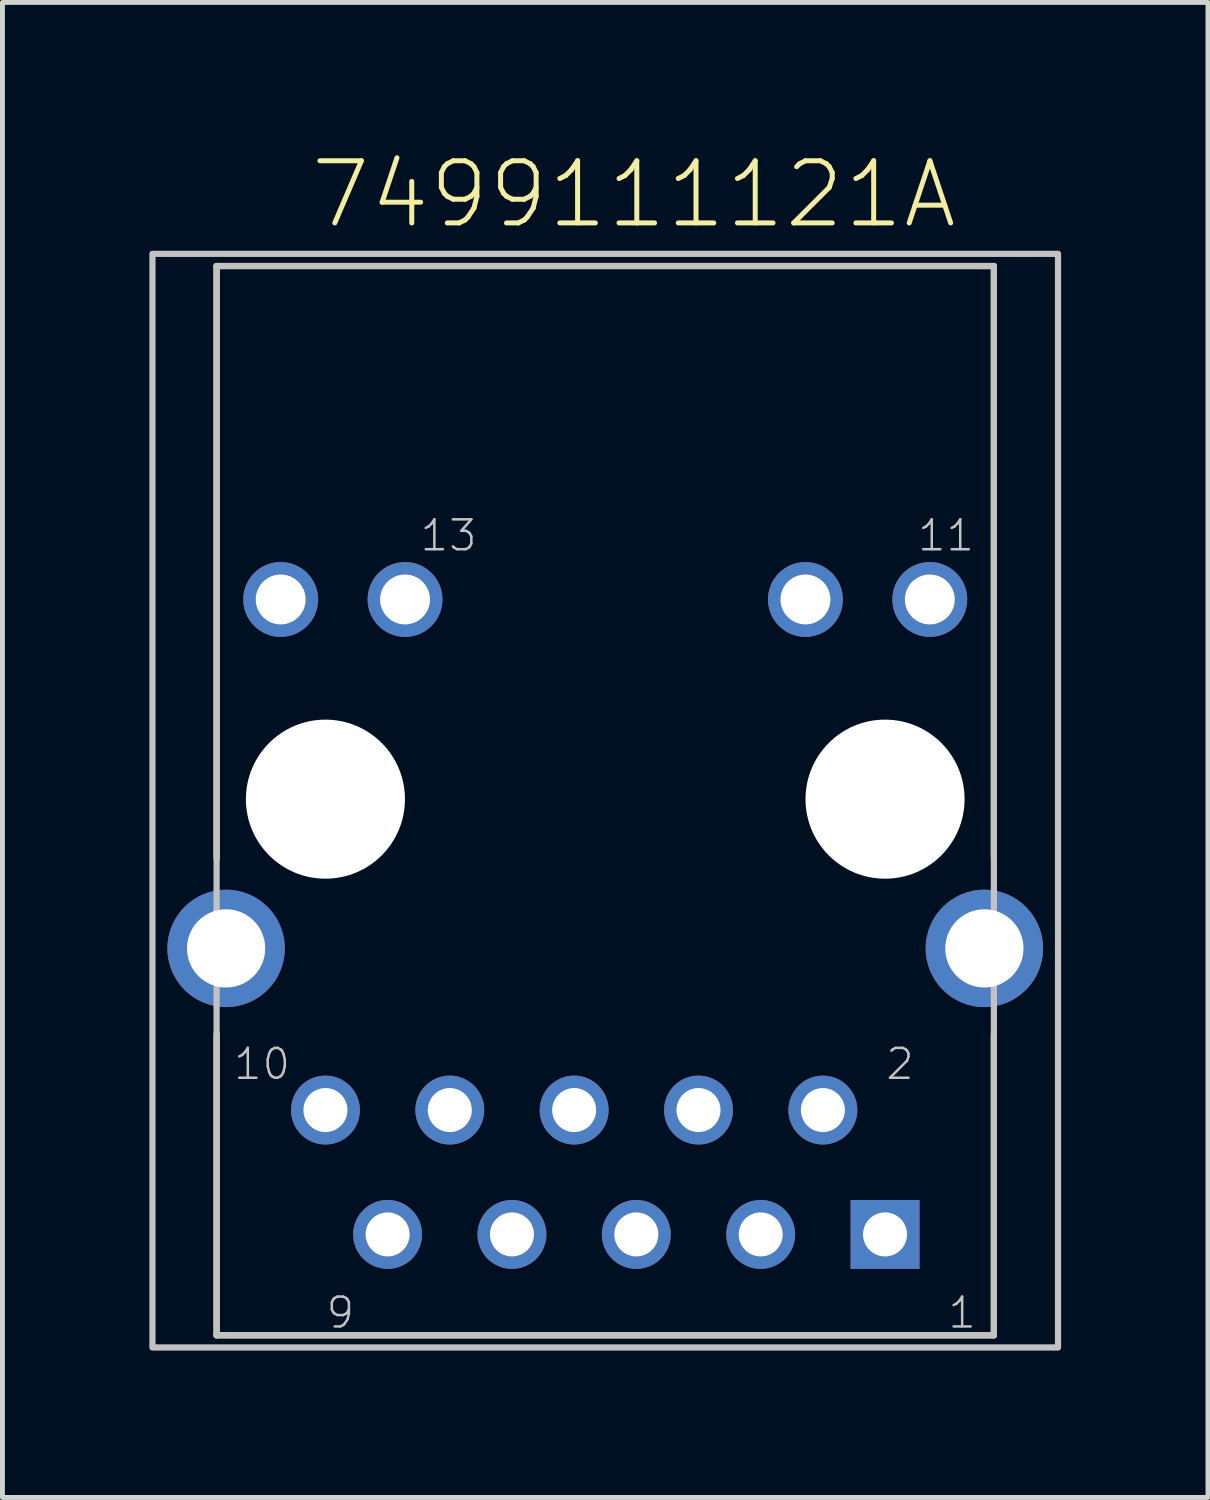
<source format=kicad_pcb>
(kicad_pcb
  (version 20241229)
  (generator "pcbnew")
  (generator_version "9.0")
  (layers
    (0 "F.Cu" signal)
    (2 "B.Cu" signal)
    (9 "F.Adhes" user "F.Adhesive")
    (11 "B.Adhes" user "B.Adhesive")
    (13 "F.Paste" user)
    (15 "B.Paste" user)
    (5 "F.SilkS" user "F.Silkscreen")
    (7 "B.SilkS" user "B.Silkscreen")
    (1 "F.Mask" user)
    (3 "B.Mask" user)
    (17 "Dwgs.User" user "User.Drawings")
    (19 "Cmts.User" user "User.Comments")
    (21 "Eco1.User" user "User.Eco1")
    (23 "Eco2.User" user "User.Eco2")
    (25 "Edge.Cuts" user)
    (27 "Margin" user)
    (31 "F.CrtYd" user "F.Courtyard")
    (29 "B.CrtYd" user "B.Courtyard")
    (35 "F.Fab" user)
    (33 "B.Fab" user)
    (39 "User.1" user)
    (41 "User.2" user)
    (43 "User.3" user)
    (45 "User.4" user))
  (footprint "7499111121A"
    (layer "F.Cu")
    (at 9.312 13.273)
    (property "Reference" "7499111121A" (at 0.584 -12.352 180) (layer "F.SilkS") (effects (font (size 1.27 1.27) (thickness 0.102))))
    (attr exclude_from_pos_files)
    (fp_line (start -7.938 1.199) (end -7.938 -10.889) (stroke (width 0.127) (type solid)) (layer "F.SilkS"))
    (fp_line (start -7.938 4.798) (end -7.938 10.95) (stroke (width 0.127) (type solid)) (layer "F.SilkS"))
    (fp_line (start -7.938 10.95) (end 7.938 10.95) (stroke (width 0.127) (type solid)) (layer "F.SilkS"))
    (fp_line (start 7.938 -10.889) (end -7.938 -10.889) (stroke (width 0.127) (type solid)) (layer "F.SilkS"))
    (fp_line (start 7.938 -10.889) (end 7.938 1.199) (stroke (width 0.127) (type solid)) (layer "F.SilkS"))
    (fp_line (start 7.938 4.798) (end 7.938 10.95) (stroke (width 0.127) (type solid)) (layer "F.SilkS"))
    (fp_line (start -7.938 -10.889) (end -7.938 10.95) (stroke (width 0.127) (type solid)) (layer "Dwgs.User"))
    (fp_line (start -7.938 10.95) (end 7.938 10.95) (stroke (width 0.127) (type solid)) (layer "Dwgs.User"))
    (fp_line (start 7.938 -10.889) (end -7.938 -10.889) (stroke (width 0.127) (type solid)) (layer "Dwgs.User"))
    (fp_line (start 7.938 10.95) (end 7.938 -10.889) (stroke (width 0.127) (type solid)) (layer "Dwgs.User"))
    (fp_poly (pts (xy -9.248 -11.138) (xy 9.248 -11.138) (xy 9.248 11.199) (xy -9.248 11.199) (xy -9.248 -11.138)) (stroke (width 0.127) (type solid)) (fill no) (layer "Dwgs.User"))
    (fp_text user "10" (at -7.01 5.41 180) (layer "Dwgs.User") (effects (font (size 0.61 0.61) (thickness 0.051))))
    (fp_text user "2" (at 6.02 5.41 180) (layer "Dwgs.User") (effects (font (size 0.61 0.61) (thickness 0.051))))
    (fp_text user "13" (at -3.2 -5.385 180) (layer "Dwgs.User") (effects (font (size 0.61 0.61) (thickness 0.051))))
    (fp_text user "11" (at 6.96 -5.385 180) (layer "Dwgs.User") (effects (font (size 0.61 0.61) (thickness 0.051))))
    (fp_text user "1" (at 7.29 10.49 180) (layer "Dwgs.User") (effects (font (size 0.61 0.61) (thickness 0.051))))
    (fp_text user "9" (at -5.41 10.49 180) (layer "Dwgs.User") (effects (font (size 0.61 0.61) (thickness 0.051))))
    (pad "" np_thru_hole circle (at -5.715 0) (size 3.249 3.249) (drill 3.249) (layers "*.Cu" "*.Mask"))
    (pad "" np_thru_hole circle (at 5.715 0) (size 3.249 3.249) (drill 3.249) (layers "*.Cu" "*.Mask"))
    (pad "1" thru_hole rect (at 5.715 8.89) (size 1.407 1.407) (drill 0.899) (layers "*.Cu" "*.Paste" "*.Mask"))
    (pad "2" thru_hole circle (at 4.445 6.35) (size 1.407 1.407) (drill 0.899) (layers "*.Cu" "*.Paste" "*.Mask"))
    (pad "3" thru_hole circle (at 3.175 8.89) (size 1.407 1.407) (drill 0.899) (layers "*.Cu" "*.Paste" "*.Mask"))
    (pad "4" thru_hole circle (at 1.905 6.35) (size 1.407 1.407) (drill 0.899) (layers "*.Cu" "*.Paste" "*.Mask"))
    (pad "5" thru_hole circle (at 0.635 8.89) (size 1.407 1.407) (drill 0.899) (layers "*.Cu" "*.Paste" "*.Mask"))
    (pad "6" thru_hole circle (at -0.635 6.35) (size 1.407 1.407) (drill 0.899) (layers "*.Cu" "*.Paste" "*.Mask"))
    (pad "7" thru_hole circle (at -1.905 8.89) (size 1.407 1.407) (drill 0.899) (layers "*.Cu" "*.Paste" "*.Mask"))
    (pad "8" thru_hole circle (at -3.175 6.35) (size 1.407 1.407) (drill 0.899) (layers "*.Cu" "*.Paste" "*.Mask"))
    (pad "9" thru_hole circle (at -4.445 8.89) (size 1.407 1.407) (drill 0.899) (layers "*.Cu" "*.Paste" "*.Mask"))
    (pad "10" thru_hole circle (at -5.715 6.35) (size 1.407 1.407) (drill 0.899) (layers "*.Cu" "*.Paste" "*.Mask"))
    (pad "11" thru_hole circle (at 6.629 -4.079) (size 1.529 1.529) (drill 1.019) (layers "*.Cu" "*.Paste" "*.Mask"))
    (pad "12" thru_hole circle (at 4.089 -4.079) (size 1.529 1.529) (drill 1.019) (layers "*.Cu" "*.Paste" "*.Mask"))
    (pad "13" thru_hole circle (at -4.089 -4.079) (size 1.529 1.529) (drill 1.019) (layers "*.Cu" "*.Paste" "*.Mask"))
    (pad "14" thru_hole circle (at -6.629 -4.079) (size 1.529 1.529) (drill 1.019) (layers "*.Cu" "*.Paste" "*.Mask"))
    (pad "Z1" thru_hole circle (at -7.744 3.048) (size 2.398 2.398) (drill 1.598) (layers "*.Cu" "*.Paste" "*.Mask"))
    (pad "Z2" thru_hole circle (at 7.744 3.048) (size 2.398 2.398) (drill 1.598) (layers "*.Cu" "*.Paste" "*.Mask")))
  (gr_rect
    (start -3 -3)
    (end 21.623 27.536)
    (stroke (width 0.1) (type default))
    (fill no)
    (layer "Edge.Cuts")))
</source>
